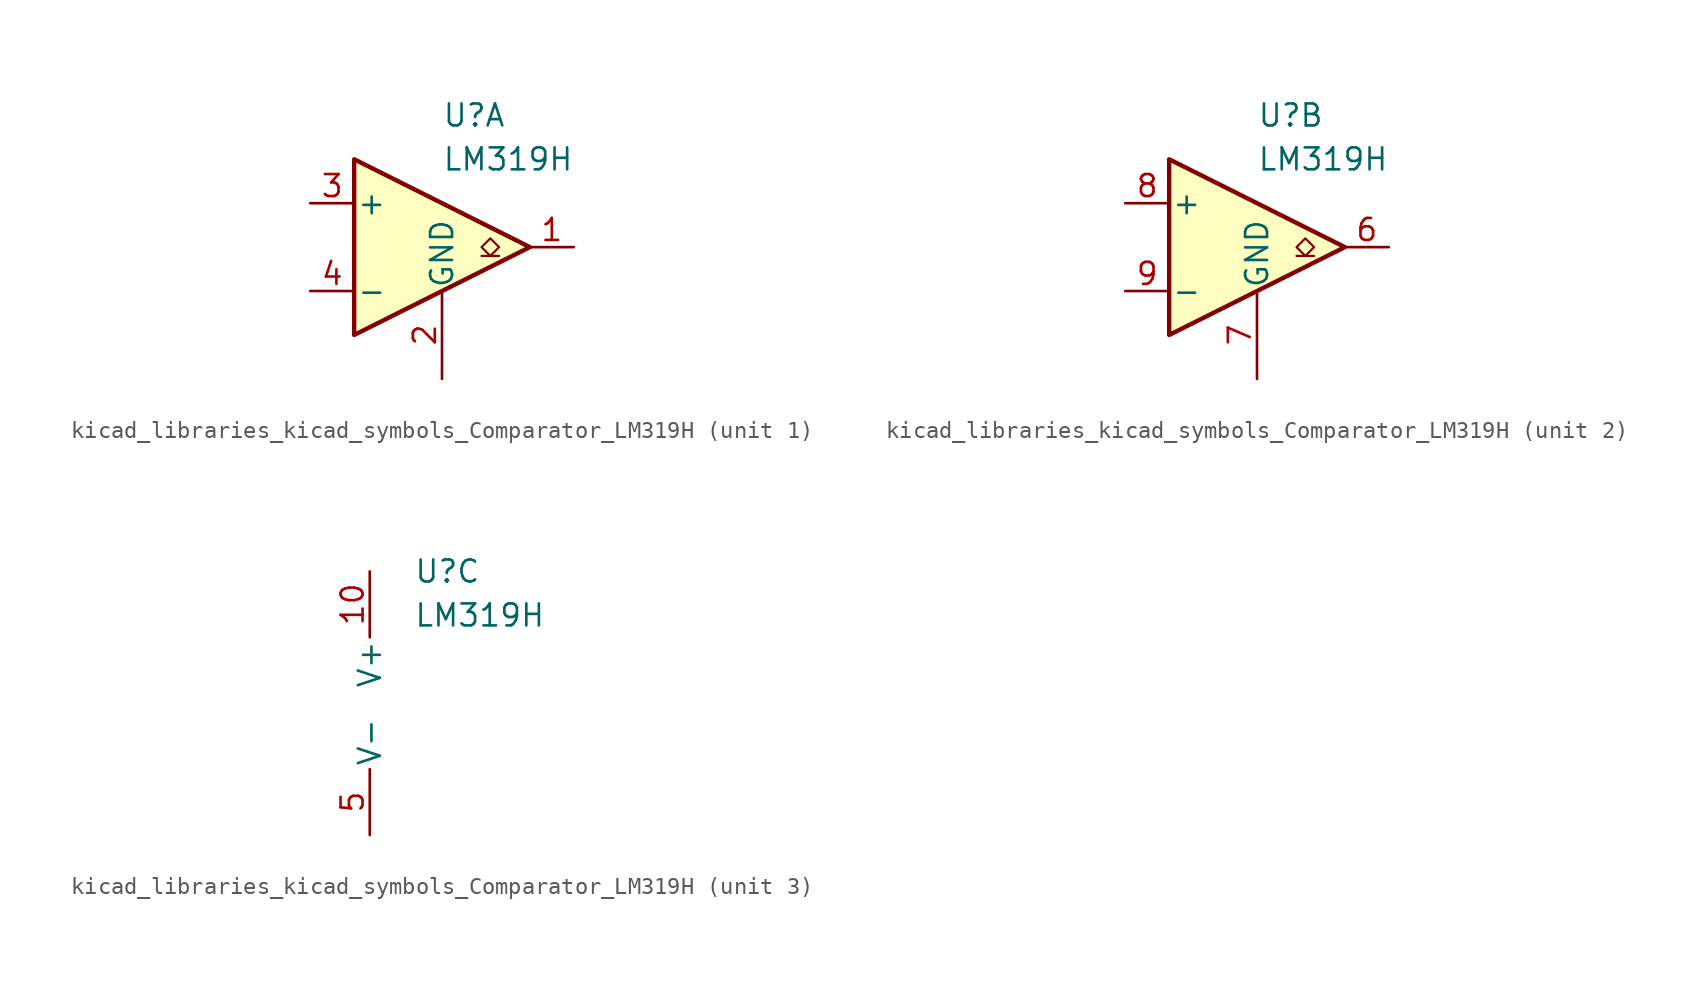
<source format=kicad_sym>
(kicad_symbol_lib
  (version 20220914)
  (generator kicad_symbol_editor)
  (symbol "kicad_libraries_kicad_symbols_Comparator_LM319H"
    (pin_names
      (offset 0.127))
    (property "Reference" "U"
      (at 0 7.62 0)
      (effects (font (size 1.27 1.27)) (justify left)))
    (property "Value" "LM319H"
      (at 0 5.08 0)
      (effects (font (size 1.27 1.27)) (justify left)))
    (property "ki_locked" ""
      (at 0 0 0)
      (effects (font (size 1.27 1.27))))
    (symbol "kicad_libraries_kicad_symbols_Comparator_LM319H_1_1"
      (polyline (pts (xy 5.08 0) (xy -5.08 5.08) (xy -5.08 -5.08) (xy 5.08 0)) (stroke (width 0.254) (type default)) (fill (type background)))
      (polyline (pts (xy 3.302 -0.508) (xy 2.794 -0.508) (xy 3.302 0) (xy 2.794 0.508) (xy 2.286 0) (xy 2.794 -0.508) (xy 2.286 -0.508)) (stroke (width 0.127) (type default)) (fill (type none)))
      (pin open_collector line (at 7.62 0 180) (length 2.54) (name "~" (effects (font (size 1.27 1.27)))) (number "1" (effects (font (size 1.27 1.27)))))
      (pin passive line (at 0 -7.62 90) (length 5.08) (name "GND" (effects (font (size 1.27 1.27)))) (number "2" (effects (font (size 1.27 1.27)))))
      (pin input line (at -7.62 2.54 0) (length 2.54) (name "+" (effects (font (size 1.27 1.27)))) (number "3" (effects (font (size 1.27 1.27)))))
      (pin input line (at -7.62 -2.54 0) (length 2.54) (name "-" (effects (font (size 1.27 1.27)))) (number "4" (effects (font (size 1.27 1.27))))))
    (symbol "kicad_libraries_kicad_symbols_Comparator_LM319H_2_1"
      (polyline (pts (xy 5.08 0) (xy -5.08 5.08) (xy -5.08 -5.08) (xy 5.08 0)) (stroke (width 0.254) (type default)) (fill (type background)))
      (polyline (pts (xy 3.302 -0.508) (xy 2.794 -0.508) (xy 3.302 0) (xy 2.794 0.508) (xy 2.286 0) (xy 2.794 -0.508) (xy 2.286 -0.508)) (stroke (width 0.127) (type default)) (fill (type none)))
      (pin open_collector line (at 7.62 0 180) (length 2.54) (name "~" (effects (font (size 1.27 1.27)))) (number "6" (effects (font (size 1.27 1.27)))))
      (pin passive line (at 0 -7.62 90) (length 5.08) (name "GND" (effects (font (size 1.27 1.27)))) (number "7" (effects (font (size 1.27 1.27)))))
      (pin input line (at -7.62 2.54 0) (length 2.54) (name "+" (effects (font (size 1.27 1.27)))) (number "8" (effects (font (size 1.27 1.27)))))
      (pin input line (at -7.62 -2.54 0) (length 2.54) (name "-" (effects (font (size 1.27 1.27)))) (number "9" (effects (font (size 1.27 1.27))))))
    (symbol "kicad_libraries_kicad_symbols_Comparator_LM319H_3_1"
      (pin power_in line (at -2.54 7.62 270) (length 3.81) (name "V+" (effects (font (size 1.27 1.27)))) (number "10" (effects (font (size 1.27 1.27)))))
      (pin power_in line (at -2.54 -7.62 90) (length 3.81) (name "V-" (effects (font (size 1.27 1.27)))) (number "5" (effects (font (size 1.27 1.27))))))))
</source>
